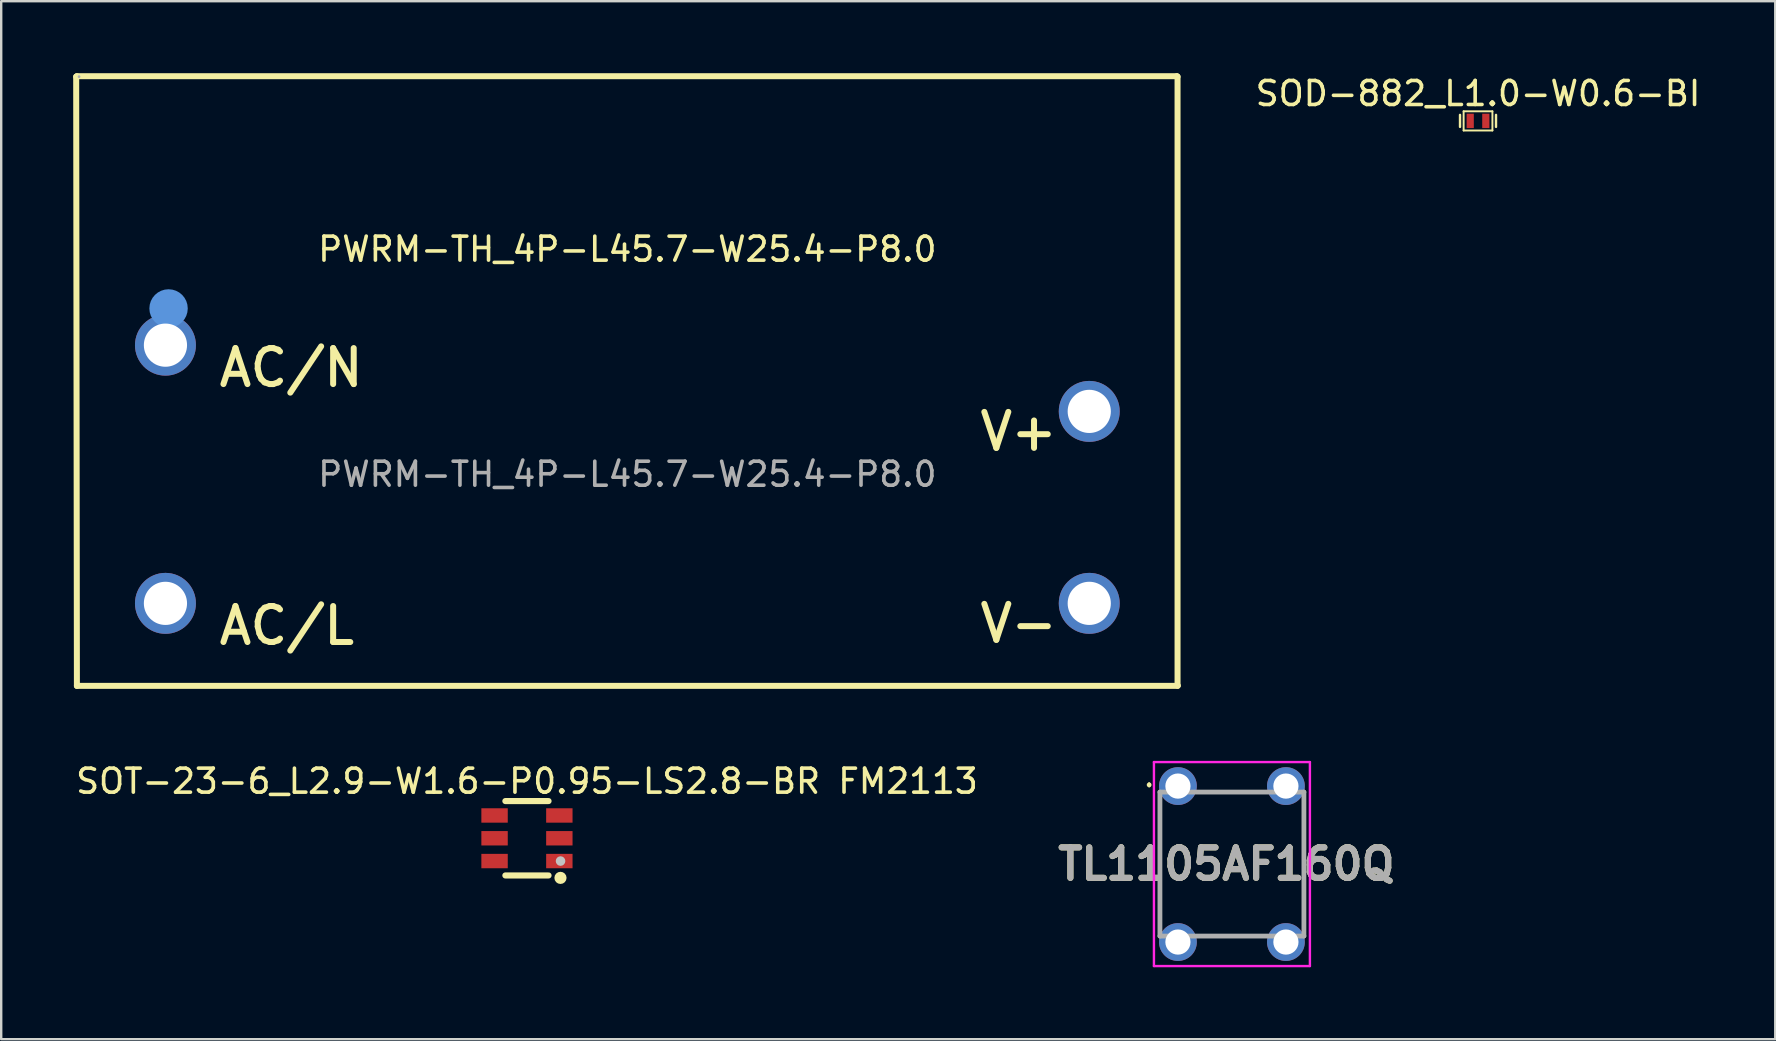
<source format=kicad_pcb>
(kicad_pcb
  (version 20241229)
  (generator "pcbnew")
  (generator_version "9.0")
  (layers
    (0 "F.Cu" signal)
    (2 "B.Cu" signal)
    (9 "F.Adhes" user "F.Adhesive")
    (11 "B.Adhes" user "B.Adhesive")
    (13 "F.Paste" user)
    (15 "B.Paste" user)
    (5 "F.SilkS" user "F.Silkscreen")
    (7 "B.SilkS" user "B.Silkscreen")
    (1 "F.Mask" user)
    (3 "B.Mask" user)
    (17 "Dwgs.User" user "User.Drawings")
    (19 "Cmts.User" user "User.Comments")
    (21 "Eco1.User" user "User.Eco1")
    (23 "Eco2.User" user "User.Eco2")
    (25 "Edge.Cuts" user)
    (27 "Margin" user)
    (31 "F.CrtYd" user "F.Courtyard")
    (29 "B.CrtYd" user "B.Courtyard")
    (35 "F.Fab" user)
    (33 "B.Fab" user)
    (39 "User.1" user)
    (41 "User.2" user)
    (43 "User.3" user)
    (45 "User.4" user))
  (footprint "TL1105AF160Q"
    (layer "F.Cu")
    (at 46.041 29.71)
    (property "Reference" "TL1105AF160Q" (at 2.019 3.25 0) (layer "F.SilkS") (effects (font (size 1.27 1.27) (thickness 0.254))))
    (attr through_hole)
    (fp_line (start -1.2 -0.1) (end -1.2 -0.1) (stroke (width 0.1) (type solid)) (layer "F.SilkS"))
    (fp_line (start -1.2 0) (end -1.2 0) (stroke (width 0.1) (type solid)) (layer "F.SilkS"))
    (fp_line (start -0.75 0.75) (end -0.75 5.75) (stroke (width 0.1) (type solid)) (layer "F.SilkS"))
    (fp_line (start 1.25 0.25) (end 3.25 0.25) (stroke (width 0.1) (type solid)) (layer "F.SilkS"))
    (fp_line (start 1.25 6.25) (end 3.25 6.25) (stroke (width 0.1) (type solid)) (layer "F.SilkS"))
    (fp_line (start 5.25 0.75) (end 5.25 5.75) (stroke (width 0.1) (type solid)) (layer "F.SilkS"))
    (fp_arc (start -1.2 -0.1) (mid -1.15 -0.05) (end -1.2 0) (stroke (width 0.1) (type solid)) (layer "F.SilkS"))
    (fp_arc (start -1.2 0) (mid -1.25 -0.05) (end -1.2 -0.1) (stroke (width 0.1) (type solid)) (layer "F.SilkS"))
    (fp_line (start -1 -1) (end 5.5 -1) (stroke (width 0.1) (type solid)) (layer "F.CrtYd"))
    (fp_line (start -1 7.5) (end -1 -1) (stroke (width 0.1) (type solid)) (layer "F.CrtYd"))
    (fp_line (start 5.5 -1) (end 5.5 7.5) (stroke (width 0.1) (type solid)) (layer "F.CrtYd"))
    (fp_line (start 5.5 7.5) (end -1 7.5) (stroke (width 0.1) (type solid)) (layer "F.CrtYd"))
    (fp_line (start -0.75 0.25) (end 5.25 0.25) (stroke (width 0.2) (type solid)) (layer "F.Fab"))
    (fp_line (start -0.75 6.25) (end -0.75 0.25) (stroke (width 0.2) (type solid)) (layer "F.Fab"))
    (fp_line (start 5.25 0.25) (end 5.25 6.25) (stroke (width 0.2) (type solid)) (layer "F.Fab"))
    (fp_line (start 5.25 6.25) (end -0.75 6.25) (stroke (width 0.2) (type solid)) (layer "F.Fab"))
    (fp_text user "${REFERENCE}" (at 2.019 3.25 0) (layer "F.Fab") (effects (font (size 1.27 1.27) (thickness 0.254))))
    (pad "1" thru_hole circle (at 0 0) (size 1.575 1.575) (drill 1.05) (layers "*.Cu" "*.Mask"))
    (pad "2" thru_hole circle (at 0 6.5) (size 1.575 1.575) (drill 1.05) (layers "*.Cu" "*.Mask"))
    (pad "3" thru_hole circle (at 4.5 0) (size 1.575 1.575) (drill 1.05) (layers "*.Cu" "*.Mask"))
    (pad "4" thru_hole circle (at 4.5 6.5) (size 1.575 1.575) (drill 1.05) (layers "*.Cu" "*.Mask")))
  (footprint "PWRM-TH_4P-L45.7-W25.4-P8.0"
    (layer "F.Cu")
    (at 23.095 16.715)
    (property "Reference" "PWRM-TH_4P-L45.7-W25.4-P8.0" (at 0 -9.38 0) (layer "F.SilkS") (effects (font (size 1 1) (thickness 0.15))))
    (attr through_hole)
    (fp_line (start -22.97 -16.57) (end -22.94 -16.59) (stroke (width 0.25) (type solid)) (layer "F.SilkS"))
    (fp_line (start -22.94 -16.59) (end 22.9 -16.59) (stroke (width 0.25) (type solid)) (layer "F.SilkS"))
    (fp_line (start -22.94 8.82) (end -22.97 -16.57) (stroke (width 0.25) (type solid)) (layer "F.SilkS"))
    (fp_line (start -22.94 8.82) (end 22.93 8.82) (stroke (width 0.25) (type solid)) (layer "F.SilkS"))
    (fp_line (start 22.9 -16.59) (end 22.93 -16.57) (stroke (width 0.25) (type solid)) (layer "F.SilkS"))
    (fp_line (start 22.93 -16.57) (end 22.93 8.8) (stroke (width 0.25) (type solid)) (layer "F.SilkS"))
    (fp_line (start 22.93 8.8) (end 22.94 8.81) (stroke (width 0.25) (type solid)) (layer "F.SilkS"))
    (fp_circle (center -19.12 -6.91) (end -18.72 -6.91) (stroke (width 0.8) (type solid)) (fill no) (layer "Cmts.User"))
    (fp_circle (center -22.85 -16.57) (end -22.82 -16.57) (stroke (width 0.06) (type solid)) (fill no) (layer "F.Fab"))
    (fp_circle (center -19.25 -5.38) (end -18.99 -5.38) (stroke (width 0.52) (type solid)) (fill no) (layer "F.Fab"))
    (fp_circle (center -19.25 5.38) (end -18.99 5.38) (stroke (width 0.52) (type solid)) (fill no) (layer "F.Fab"))
    (fp_circle (center 19.25 -2.62) (end 19.51 -2.62) (stroke (width 0.52) (type solid)) (fill no) (layer "F.Fab"))
    (fp_circle (center 19.25 5.38) (end 19.51 5.38) (stroke (width 0.52) (type solid)) (fill no) (layer "F.Fab"))
    (fp_text user "AC/N" (at -17.14 -4.44 0) (layer "F.SilkS") (effects (font (size 1.5 1.5) (thickness 0.25)) (justify left)))
    (fp_text user "V-" (at 14.57 6.22 0) (layer "F.SilkS") (effects (font (size 1.5 1.5) (thickness 0.25)) (justify left)))
    (fp_text user "V+" (at 14.57 -1.78 0) (layer "F.SilkS") (effects (font (size 1.5 1.5) (thickness 0.25)) (justify left)))
    (fp_text user "AC/L" (at -17.14 6.31 0) (layer "F.SilkS") (effects (font (size 1.5 1.5) (thickness 0.25)) (justify left)))
    (fp_text user "${REFERENCE}" (at 0 0 0) (layer "F.Fab") (effects (font (size 1 1) (thickness 0.15))))
    (pad "1" thru_hole circle (at -19.25 -5.38) (size 2.54 2.54) (drill 1.8) (layers "*.Cu" "*.Mask"))
    (pad "2" thru_hole circle (at -19.25 5.38) (size 2.54 2.54) (drill 1.8) (layers "*.Cu" "*.Mask"))
    (pad "3" thru_hole circle (at 19.25 5.38) (size 2.54 2.54) (drill 1.8) (layers "*.Cu" "*.Mask"))
    (pad "4" thru_hole circle (at 19.25 -2.62) (size 2.54 2.54) (drill 1.8) (layers "*.Cu" "*.Mask")))
  (footprint "SOT-23-6_L2.9-W1.6-P0.95-LS2.8-BR FM2113"
    (layer "F.Cu")
    (at 18.911 31.885)
    (property "Reference" "SOT-23-6_L2.9-W1.6-P0.95-LS2.8-BR FM2113" (at 0 -2.377 0) (unlocked yes) (layer "F.SilkS") (effects (font (size 1 1) (thickness 0.15))))
    (fp_line (start -0.9 -1.55) (end 0.9 -1.55) (stroke (width 0.254) (type default)) (layer "F.SilkS"))
    (fp_line (start -0.9 1.55) (end 0.9 1.55) (stroke (width 0.254) (type default)) (layer "F.SilkS"))
    (fp_circle (center 1.397 1.651) (end 1.524 1.651) (stroke (width 0.254) (type default)) (fill no) (layer "F.SilkS"))
    (fp_circle (center 1.4 0.95) (end 1.5 0.95) (stroke (width 0.2) (type default)) (fill no) (layer "Dwgs.User"))
    (fp_poly (pts (xy -0.935 -0.735) (xy -0.935 -1.165) (xy -0.79 -1.165) (xy -0.79 -0.735)) (stroke (width 0.1) (type default)) (fill no) (layer "User.1"))
    (fp_poly (pts (xy -0.935 0.215) (xy -0.935 -0.215) (xy -0.79 -0.215) (xy -0.79 0.215)) (stroke (width 0.1) (type default)) (fill no) (layer "User.1"))
    (fp_poly (pts (xy -0.935 1.165) (xy -0.935 0.735) (xy -0.79 0.735) (xy -0.79 1.165)) (stroke (width 0.1) (type default)) (fill no) (layer "User.1"))
    (fp_poly (pts (xy -0.925 -0.735) (xy -0.925 -1.165) (xy -1.4 -1.165) (xy -1.4 -0.735)) (stroke (width 0.1) (type default)) (fill no) (layer "User.1"))
    (fp_poly (pts (xy -0.925 0.215) (xy -0.925 -0.215) (xy -1.4 -0.215) (xy -1.4 0.215)) (stroke (width 0.1) (type default)) (fill no) (layer "User.1"))
    (fp_poly (pts (xy -0.925 1.165) (xy -0.925 0.735) (xy -1.4 0.735) (xy -1.4 1.165)) (stroke (width 0.1) (type default)) (fill no) (layer "User.1"))
    (fp_poly (pts (xy 0.925 -0.735) (xy 0.925 -1.165) (xy 1.4 -1.165) (xy 1.4 -0.735)) (stroke (width 0.1) (type default)) (fill no) (layer "User.1"))
    (fp_poly (pts (xy 0.925 0.215) (xy 0.925 -0.215) (xy 1.4 -0.215) (xy 1.4 0.215)) (stroke (width 0.1) (type default)) (fill no) (layer "User.1"))
    (fp_poly (pts (xy 0.925 1.165) (xy 0.925 0.735) (xy 1.4 0.735) (xy 1.4 1.165)) (stroke (width 0.1) (type default)) (fill no) (layer "User.1"))
    (fp_poly (pts (xy 0.935 -1.165) (xy 0.935 -0.735) (xy 0.79 -0.735) (xy 0.79 -1.165)) (stroke (width 0.1) (type default)) (fill no) (layer "User.1"))
    (fp_poly (pts (xy 0.935 -0.215) (xy 0.935 0.215) (xy 0.79 0.215) (xy 0.79 -0.215)) (stroke (width 0.1) (type default)) (fill no) (layer "User.1"))
    (fp_poly (pts (xy 0.935 0.735) (xy 0.935 1.165) (xy 0.79 1.165) (xy 0.79 0.735)) (stroke (width 0.1) (type default)) (fill no) (layer "User.1"))
    (fp_line (start -0.8 -1.45) (end 0.8 -1.45) (stroke (width 0.051) (type default)) (layer "User.2"))
    (fp_line (start -0.8 1.45) (end -0.8 -1.45) (stroke (width 0.051) (type default)) (layer "User.2"))
    (fp_line (start 0.8 -1.45) (end 0.8 1.45) (stroke (width 0.051) (type default)) (layer "User.2"))
    (fp_line (start 0.8 1.45) (end -0.8 1.45) (stroke (width 0.051) (type default)) (layer "User.2"))
    (fp_poly (pts (xy 1.46 1.45) (xy 1.442 1.408) (xy 1.4 1.39) (xy 1.358 1.408) (xy 1.34 1.45) (xy 1.358 1.492) (xy 1.4 1.51) (xy 1.442 1.492)) (stroke (width 0.1) (type default)) (fill no) (layer "User.3"))
    (pad "1" smd rect (at 1.35 0.95) (size 1.1 0.6) (layers "F.Cu" "F.Mask" "F.Paste"))
    (pad "2" smd rect (at 1.35 0) (size 1.1 0.6) (layers "F.Cu" "F.Mask" "F.Paste"))
    (pad "3" smd rect (at 1.35 -0.95) (size 1.1 0.6) (layers "F.Cu" "F.Mask" "F.Paste"))
    (pad "4" smd rect (at -1.35 -0.95) (size 1.1 0.6) (layers "F.Cu" "F.Mask" "F.Paste"))
    (pad "5" smd rect (at -1.35 0) (size 1.1 0.6) (layers "F.Cu" "F.Mask" "F.Paste"))
    (pad "6" smd rect (at -1.35 0.95) (size 1.1 0.6) (layers "F.Cu" "F.Mask" "F.Paste")))
  (footprint "SOD-882_L1.0-W0.6-BI"
    (layer "F.Cu")
    (at 58.547 1.988)
    (property "Reference" "SOD-882_L1.0-W0.6-BI" (at 0 -1.14 0) (unlocked yes) (layer "F.SilkS") (effects (font (size 1 1) (thickness 0.15))))
    (attr smd)
    (fp_line (start -0.75 0.25) (end -0.75 -0.25) (stroke (width 0.1) (type default)) (layer "F.SilkS"))
    (fp_line (start -0.6 -0.4) (end 0.6 -0.4) (stroke (width 0.08) (type default)) (layer "F.SilkS"))
    (fp_line (start -0.6 0.4) (end -0.6 -0.4) (stroke (width 0.08) (type default)) (layer "F.SilkS"))
    (fp_line (start 0.6 -0.4) (end 0.6 0.4) (stroke (width 0.08) (type default)) (layer "F.SilkS"))
    (fp_line (start 0.6 0.4) (end -0.6 0.4) (stroke (width 0.08) (type default)) (layer "F.SilkS"))
    (fp_line (start 0.75 -0.25) (end 0.75 0.25) (stroke (width 0.1) (type default)) (layer "F.SilkS"))
    (fp_poly (pts (xy -0.45 -0.25) (xy -0.2 -0.25) (xy -0.2 0.25) (xy -0.45 0.25)) (stroke (width 0.1) (type default)) (fill no) (layer "User.1"))
    (fp_poly (pts (xy 0.2 -0.25) (xy 0.45 -0.25) (xy 0.45 0.25) (xy 0.2 0.25)) (stroke (width 0.1) (type default)) (fill no) (layer "User.1"))
    (fp_line (start -0.5 -0.3) (end 0.5 -0.3) (stroke (width 0.051) (type default)) (layer "User.2"))
    (fp_line (start -0.5 0.3) (end -0.5 -0.3) (stroke (width 0.051) (type default)) (layer "User.2"))
    (fp_line (start 0.5 -0.3) (end 0.5 0.3) (stroke (width 0.051) (type default)) (layer "User.2"))
    (fp_line (start 0.5 0.3) (end -0.5 0.3) (stroke (width 0.051) (type default)) (layer "User.2"))
    (fp_poly (pts (xy -0.44 0.3) (xy -0.458 0.258) (xy -0.5 0.24) (xy -0.542 0.258) (xy -0.56 0.3) (xy -0.542 0.342) (xy -0.5 0.36) (xy -0.458 0.342)) (stroke (width 0.1) (type default)) (fill no) (layer "User.3"))
    (pad "1" smd rect (at -0.325 0) (size 0.3 0.6) (layers "F.Cu" "F.Mask" "F.Paste"))
    (pad "2" smd rect (at 0.325 0) (size 0.3 0.6) (layers "F.Cu" "F.Mask" "F.Paste")))
  (gr_rect
    (start -3 -3)
    (end 70.934 40.26)
    (stroke (width 0.1) (type default))
    (fill no)
    (layer "Edge.Cuts")))
</source>
